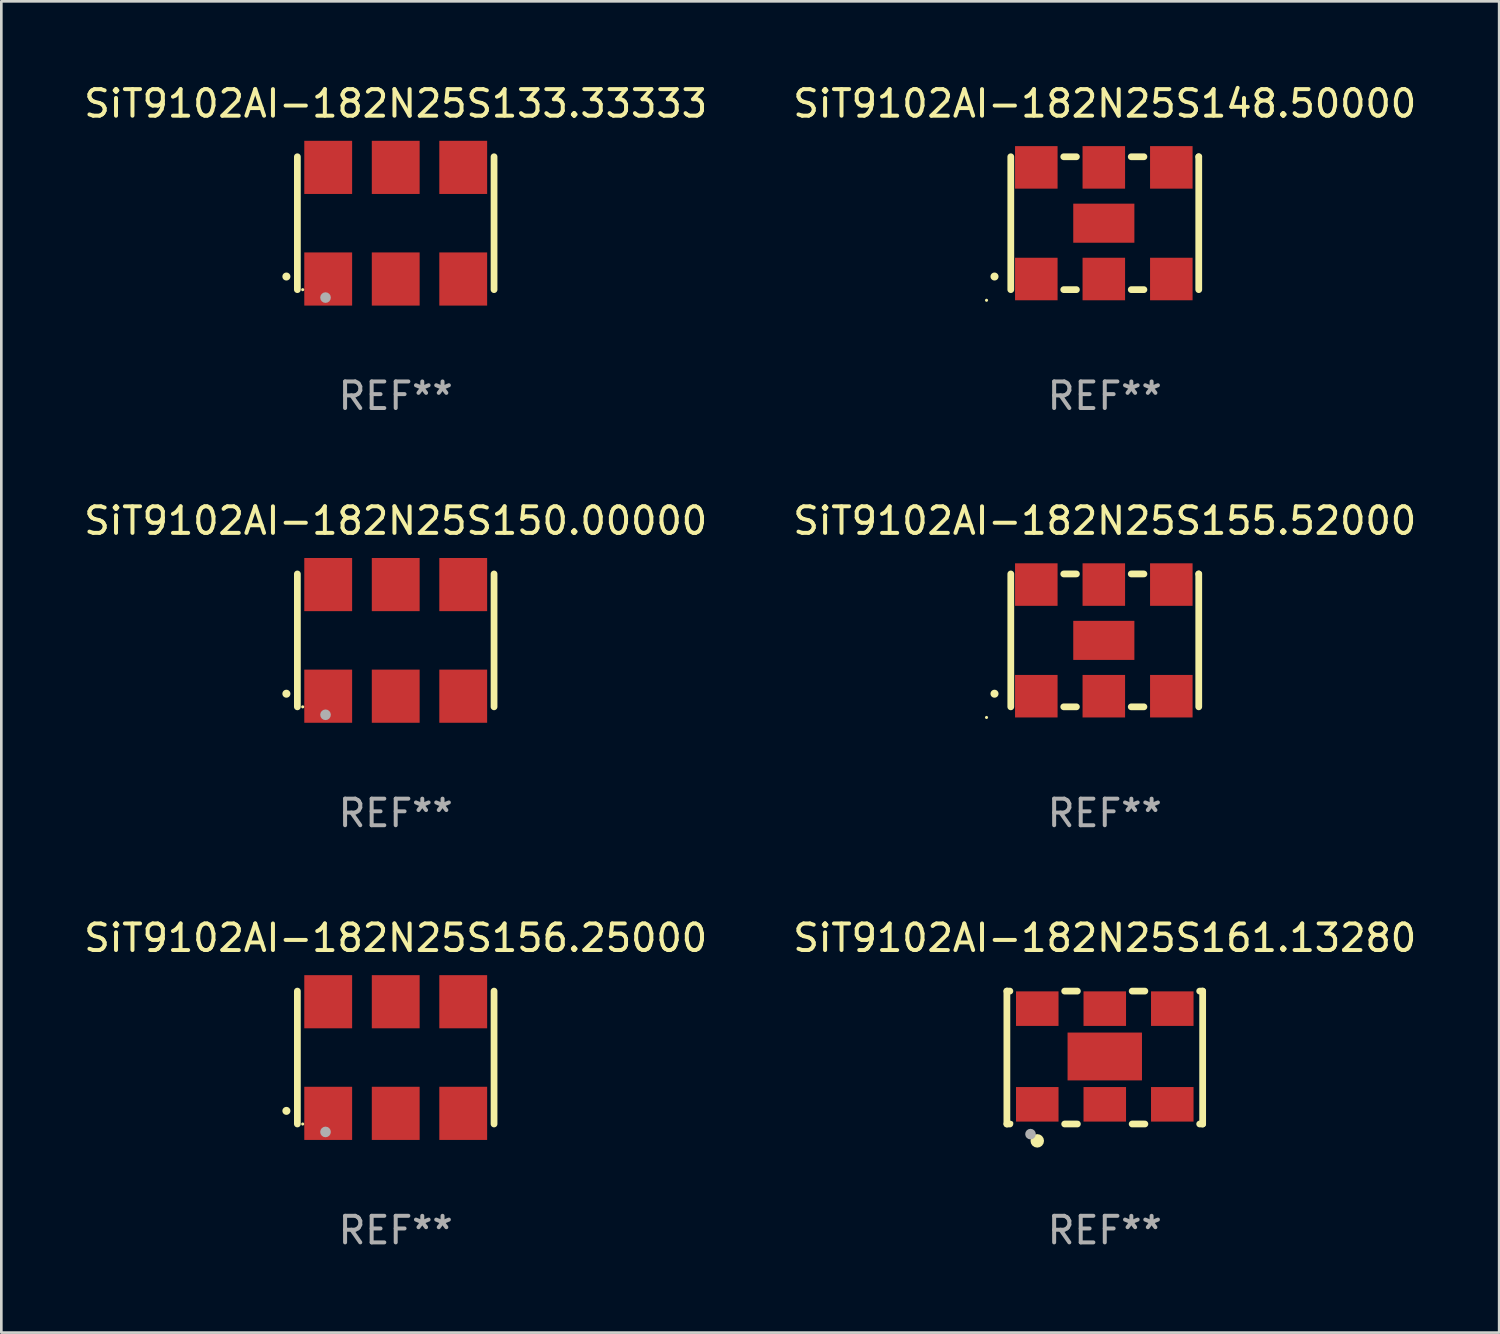
<source format=kicad_pcb>
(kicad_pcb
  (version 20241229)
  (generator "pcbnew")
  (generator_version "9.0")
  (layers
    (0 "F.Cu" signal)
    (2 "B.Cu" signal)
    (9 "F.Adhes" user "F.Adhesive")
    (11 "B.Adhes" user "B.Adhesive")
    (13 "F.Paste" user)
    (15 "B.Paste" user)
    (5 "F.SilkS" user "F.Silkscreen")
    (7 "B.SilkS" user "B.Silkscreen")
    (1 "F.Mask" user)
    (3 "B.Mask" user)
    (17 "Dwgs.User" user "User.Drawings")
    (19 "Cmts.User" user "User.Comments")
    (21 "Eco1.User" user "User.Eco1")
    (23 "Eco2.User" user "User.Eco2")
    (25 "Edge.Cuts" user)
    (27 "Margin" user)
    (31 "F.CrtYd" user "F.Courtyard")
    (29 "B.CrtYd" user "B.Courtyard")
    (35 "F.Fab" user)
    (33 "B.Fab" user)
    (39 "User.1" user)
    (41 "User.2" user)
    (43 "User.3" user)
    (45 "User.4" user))
  (footprint "SiT9102AI-182N25S156.25000"
    (layer "F.Cu")
    (at 11.839 36.741)
    (property "Reference" "SiT9102AI-182N25S156.25000" (at 0 -4.5 0) (layer "F.SilkS") (effects (font (size 1 1) (thickness 0.15))))
    (attr through_hole)
    (fp_line (start -3.7 -2.5) (end -3.7 2.5) (stroke (width 0.254) (type solid)) (layer "F.SilkS"))
    (fp_line (start 3.7 -2.5) (end 3.7 2.5) (stroke (width 0.254) (type solid)) (layer "F.SilkS"))
    (fp_arc (start -4.114415 2.006604) (mid -4.113145 2.006599) (end -4.111875 2.006604) (stroke (width 0.3) (type solid)) (layer "F.SilkS"))
    (fp_circle (center -3.5 2.501) (end -3.47 2.501) (stroke (width 0.06) (type solid)) (fill no) (layer "F.SilkS"))
    (fp_circle (center -2.641 2.799) (end -2.541 2.799) (stroke (width 0.2) (type solid)) (fill no) (layer "F.Fab"))
    (fp_text user "REF**" (at 0 6.5 0) (layer "F.Fab") (effects (font (size 1 1) (thickness 0.15))))
    (pad "1" smd rect (at -2.54 2.1) (size 1.8 2) (layers "F.Cu" "F.Mask" "F.Paste"))
    (pad "2" smd rect (at 0.000394 2.1) (size 1.8 2) (layers "F.Cu" "F.Mask" "F.Paste"))
    (pad "3" smd rect (at 2.54 2.1) (size 1.8 2) (layers "F.Cu" "F.Mask" "F.Paste"))
    (pad "4" smd rect (at 2.54 -2.1) (size 1.8 2) (layers "F.Cu" "F.Mask" "F.Paste"))
    (pad "5" smd rect (at 0.000394 -2.1) (size 1.8 2) (layers "F.Cu" "F.Mask" "F.Paste"))
    (pad "6" smd rect (at -2.54 -2.1) (size 1.8 2) (layers "F.Cu" "F.Mask" "F.Paste")))
  (footprint "SiT9102AI-182N25S161.13280"
    (layer "F.Cu")
    (at 38.518 36.741)
    (property "Reference" "SiT9102AI-182N25S161.13280" (at 0 -4.5 0) (layer "F.SilkS") (effects (font (size 1 1) (thickness 0.15))))
    (attr through_hole)
    (fp_line (start -3.683 -2.5) (end -3.571 -2.5) (stroke (width 0.254) (type solid)) (layer "F.SilkS"))
    (fp_line (start -3.683 2.5) (end -3.683 -2.5) (stroke (width 0.254) (type solid)) (layer "F.SilkS"))
    (fp_line (start -3.683 2.5) (end -3.571 2.5) (stroke (width 0.254) (type solid)) (layer "F.SilkS"))
    (fp_line (start -1.509 -2.5) (end -1.031 -2.5) (stroke (width 0.254) (type solid)) (layer "F.SilkS"))
    (fp_line (start -1.509 2.5) (end -1.031 2.5) (stroke (width 0.254) (type solid)) (layer "F.SilkS"))
    (fp_line (start 1.031 -2.5) (end 1.509 -2.5) (stroke (width 0.254) (type solid)) (layer "F.SilkS"))
    (fp_line (start 1.031 2.5) (end 1.509 2.5) (stroke (width 0.254) (type solid)) (layer "F.SilkS"))
    (fp_line (start 3.571 -2.5) (end 3.683 -2.5) (stroke (width 0.254) (type solid)) (layer "F.SilkS"))
    (fp_line (start 3.571 2.5) (end 3.683 2.5) (stroke (width 0.254) (type solid)) (layer "F.SilkS"))
    (fp_line (start 3.683 2.5) (end 3.683 -2.5) (stroke (width 0.254) (type solid)) (layer "F.SilkS"))
    (fp_circle (center -3.5 2.46) (end -3.47 2.46) (stroke (width 0.06) (type solid)) (fill no) (layer "F.SilkS"))
    (fp_circle (center -2.54 3.135) (end -2.413 3.135) (stroke (width 0.254) (type solid)) (fill no) (layer "F.SilkS"))
    (fp_circle (center -2.794 2.881) (end -2.694 2.881) (stroke (width 0.2) (type solid)) (fill no) (layer "F.Fab"))
    (fp_text user "REF**" (at 0 6.5 0) (layer "F.Fab") (effects (font (size 1 1) (thickness 0.15))))
    (pad "1" smd rect (at -2.54 1.76) (size 1.6 1.3) (layers "F.Cu" "F.Mask" "F.Paste"))
    (pad "2" smd rect (at 0 1.76) (size 1.6 1.3) (layers "F.Cu" "F.Mask" "F.Paste"))
    (pad "3" smd rect (at 2.54 1.76) (size 1.6 1.3) (layers "F.Cu" "F.Mask" "F.Paste"))
    (pad "4" smd rect (at 2.54 -1.84) (size 1.6 1.3) (layers "F.Cu" "F.Mask" "F.Paste"))
    (pad "5" smd rect (at 0 -1.84) (size 1.6 1.3) (layers "F.Cu" "F.Mask" "F.Paste"))
    (pad "6" smd rect (at -2.54 -1.84) (size 1.6 1.3) (layers "F.Cu" "F.Mask" "F.Paste"))
    (pad "7" smd rect (at 0 -0.04) (size 2.8 1.8) (layers "F.Cu" "F.Mask" "F.Paste")))
  (footprint "SiT9102AI-182N25S148.50000"
    (layer "F.Cu")
    (at 38.518 5.348)
    (property "Reference" "SiT9102AI-182N25S148.50000" (at 0 -4.5 0) (layer "F.SilkS") (effects (font (size 1 1) (thickness 0.15))))
    (attr through_hole)
    (fp_line (start -3.536 -2.5) (end -3.536 2.5) (stroke (width 0.254) (type solid)) (layer "F.SilkS"))
    (fp_line (start -1.544 2.5) (end -1.067 2.5) (stroke (width 0.254) (type solid)) (layer "F.SilkS"))
    (fp_line (start -1.067 -2.5) (end -1.544 -2.5) (stroke (width 0.254) (type solid)) (layer "F.SilkS"))
    (fp_line (start 0.996 2.5) (end 1.473 2.5) (stroke (width 0.254) (type solid)) (layer "F.SilkS"))
    (fp_line (start 1.473 -2.5) (end 0.996 -2.5) (stroke (width 0.254) (type solid)) (layer "F.SilkS"))
    (fp_line (start 3.536 -2.5) (end 3.536 -2.5) (stroke (width 0.254) (type solid)) (layer "F.SilkS"))
    (fp_line (start 3.536 2.5) (end 3.536 -2.5) (stroke (width 0.254) (type solid)) (layer "F.SilkS"))
    (fp_arc (start -4.150432 2.006604) (mid -4.149162 2.006599) (end -4.147892 2.006604) (stroke (width 0.3) (type solid)) (layer "F.SilkS"))
    (fp_circle (center -4.449 2.9) (end -4.419 2.9) (stroke (width 0.06) (type solid)) (fill no) (layer "F.SilkS"))
    (fp_text user "REF**" (at 0 6.5 0) (layer "F.Fab") (effects (font (size 1 1) (thickness 0.15))))
    (pad "1" smd rect (at -2.576 2.1) (size 1.6 1.6) (layers "F.Cu" "F.Mask" "F.Paste"))
    (pad "2" smd rect (at -0.036 2.1) (size 1.6 1.6) (layers "F.Cu" "F.Mask" "F.Paste"))
    (pad "3" smd rect (at 2.504 2.1) (size 1.6 1.6) (layers "F.Cu" "F.Mask" "F.Paste"))
    (pad "4" smd rect (at 2.504 -2.1) (size 1.6 1.6) (layers "F.Cu" "F.Mask" "F.Paste"))
    (pad "5" smd rect (at -0.036 -2.1) (size 1.6 1.6) (layers "F.Cu" "F.Mask" "F.Paste"))
    (pad "6" smd rect (at -2.576 -2.1) (size 1.6 1.6) (layers "F.Cu" "F.Mask" "F.Paste"))
    (pad "7" smd rect (at -0.036 0) (size 2.3 1.47) (layers "F.Cu" "F.Mask" "F.Paste")))
  (footprint "SiT9102AI-182N25S133.33333"
    (layer "F.Cu")
    (at 11.839 5.348)
    (property "Reference" "SiT9102AI-182N25S133.33333" (at 0 -4.5 0) (layer "F.SilkS") (effects (font (size 1 1) (thickness 0.15))))
    (attr through_hole)
    (fp_line (start -3.7 -2.5) (end -3.7 2.5) (stroke (width 0.254) (type solid)) (layer "F.SilkS"))
    (fp_line (start 3.7 -2.5) (end 3.7 2.5) (stroke (width 0.254) (type solid)) (layer "F.SilkS"))
    (fp_arc (start -4.114415 2.006604) (mid -4.113145 2.006599) (end -4.111875 2.006604) (stroke (width 0.3) (type solid)) (layer "F.SilkS"))
    (fp_circle (center -3.5 2.501) (end -3.47 2.501) (stroke (width 0.06) (type solid)) (fill no) (layer "F.SilkS"))
    (fp_circle (center -2.641 2.799) (end -2.541 2.799) (stroke (width 0.2) (type solid)) (fill no) (layer "F.Fab"))
    (fp_text user "REF**" (at 0 6.5 0) (layer "F.Fab") (effects (font (size 1 1) (thickness 0.15))))
    (pad "1" smd rect (at -2.54 2.1) (size 1.8 2) (layers "F.Cu" "F.Mask" "F.Paste"))
    (pad "2" smd rect (at 0.000394 2.1) (size 1.8 2) (layers "F.Cu" "F.Mask" "F.Paste"))
    (pad "3" smd rect (at 2.54 2.1) (size 1.8 2) (layers "F.Cu" "F.Mask" "F.Paste"))
    (pad "4" smd rect (at 2.54 -2.1) (size 1.8 2) (layers "F.Cu" "F.Mask" "F.Paste"))
    (pad "5" smd rect (at 0.000394 -2.1) (size 1.8 2) (layers "F.Cu" "F.Mask" "F.Paste"))
    (pad "6" smd rect (at -2.54 -2.1) (size 1.8 2) (layers "F.Cu" "F.Mask" "F.Paste")))
  (footprint "SiT9102AI-182N25S155.52000"
    (layer "F.Cu")
    (at 38.518 21.045)
    (property "Reference" "SiT9102AI-182N25S155.52000" (at 0 -4.5 0) (layer "F.SilkS") (effects (font (size 1 1) (thickness 0.15))))
    (attr through_hole)
    (fp_line (start -3.536 -2.5) (end -3.536 2.5) (stroke (width 0.254) (type solid)) (layer "F.SilkS"))
    (fp_line (start -1.544 2.5) (end -1.067 2.5) (stroke (width 0.254) (type solid)) (layer "F.SilkS"))
    (fp_line (start -1.067 -2.5) (end -1.544 -2.5) (stroke (width 0.254) (type solid)) (layer "F.SilkS"))
    (fp_line (start 0.996 2.5) (end 1.473 2.5) (stroke (width 0.254) (type solid)) (layer "F.SilkS"))
    (fp_line (start 1.473 -2.5) (end 0.996 -2.5) (stroke (width 0.254) (type solid)) (layer "F.SilkS"))
    (fp_line (start 3.536 -2.5) (end 3.536 -2.5) (stroke (width 0.254) (type solid)) (layer "F.SilkS"))
    (fp_line (start 3.536 2.5) (end 3.536 -2.5) (stroke (width 0.254) (type solid)) (layer "F.SilkS"))
    (fp_arc (start -4.150432 2.006604) (mid -4.149162 2.006599) (end -4.147892 2.006604) (stroke (width 0.3) (type solid)) (layer "F.SilkS"))
    (fp_circle (center -4.449 2.9) (end -4.419 2.9) (stroke (width 0.06) (type solid)) (fill no) (layer "F.SilkS"))
    (fp_text user "REF**" (at 0 6.5 0) (layer "F.Fab") (effects (font (size 1 1) (thickness 0.15))))
    (pad "1" smd rect (at -2.576 2.1) (size 1.6 1.6) (layers "F.Cu" "F.Mask" "F.Paste"))
    (pad "2" smd rect (at -0.036 2.1) (size 1.6 1.6) (layers "F.Cu" "F.Mask" "F.Paste"))
    (pad "3" smd rect (at 2.504 2.1) (size 1.6 1.6) (layers "F.Cu" "F.Mask" "F.Paste"))
    (pad "4" smd rect (at 2.504 -2.1) (size 1.6 1.6) (layers "F.Cu" "F.Mask" "F.Paste"))
    (pad "5" smd rect (at -0.036 -2.1) (size 1.6 1.6) (layers "F.Cu" "F.Mask" "F.Paste"))
    (pad "6" smd rect (at -2.576 -2.1) (size 1.6 1.6) (layers "F.Cu" "F.Mask" "F.Paste"))
    (pad "7" smd rect (at -0.036 0) (size 2.3 1.47) (layers "F.Cu" "F.Mask" "F.Paste")))
  (footprint "SiT9102AI-182N25S150.00000"
    (layer "F.Cu")
    (at 11.839 21.045)
    (property "Reference" "SiT9102AI-182N25S150.00000" (at 0 -4.5 0) (layer "F.SilkS") (effects (font (size 1 1) (thickness 0.15))))
    (attr through_hole)
    (fp_line (start -3.7 -2.5) (end -3.7 2.5) (stroke (width 0.254) (type solid)) (layer "F.SilkS"))
    (fp_line (start 3.7 -2.5) (end 3.7 2.5) (stroke (width 0.254) (type solid)) (layer "F.SilkS"))
    (fp_arc (start -4.114415 2.006604) (mid -4.113145 2.006599) (end -4.111875 2.006604) (stroke (width 0.3) (type solid)) (layer "F.SilkS"))
    (fp_circle (center -3.5 2.501) (end -3.47 2.501) (stroke (width 0.06) (type solid)) (fill no) (layer "F.SilkS"))
    (fp_circle (center -2.641 2.799) (end -2.541 2.799) (stroke (width 0.2) (type solid)) (fill no) (layer "F.Fab"))
    (fp_text user "REF**" (at 0 6.5 0) (layer "F.Fab") (effects (font (size 1 1) (thickness 0.15))))
    (pad "1" smd rect (at -2.54 2.1) (size 1.8 2) (layers "F.Cu" "F.Mask" "F.Paste"))
    (pad "2" smd rect (at 0.000394 2.1) (size 1.8 2) (layers "F.Cu" "F.Mask" "F.Paste"))
    (pad "3" smd rect (at 2.54 2.1) (size 1.8 2) (layers "F.Cu" "F.Mask" "F.Paste"))
    (pad "4" smd rect (at 2.54 -2.1) (size 1.8 2) (layers "F.Cu" "F.Mask" "F.Paste"))
    (pad "5" smd rect (at 0.000394 -2.1) (size 1.8 2) (layers "F.Cu" "F.Mask" "F.Paste"))
    (pad "6" smd rect (at -2.54 -2.1) (size 1.8 2) (layers "F.Cu" "F.Mask" "F.Paste")))
  (gr_rect
    (start -3 -3)
    (end 53.357 47.09)
    (stroke (width 0.1) (type default))
    (fill no)
    (layer "Edge.Cuts")))
</source>
